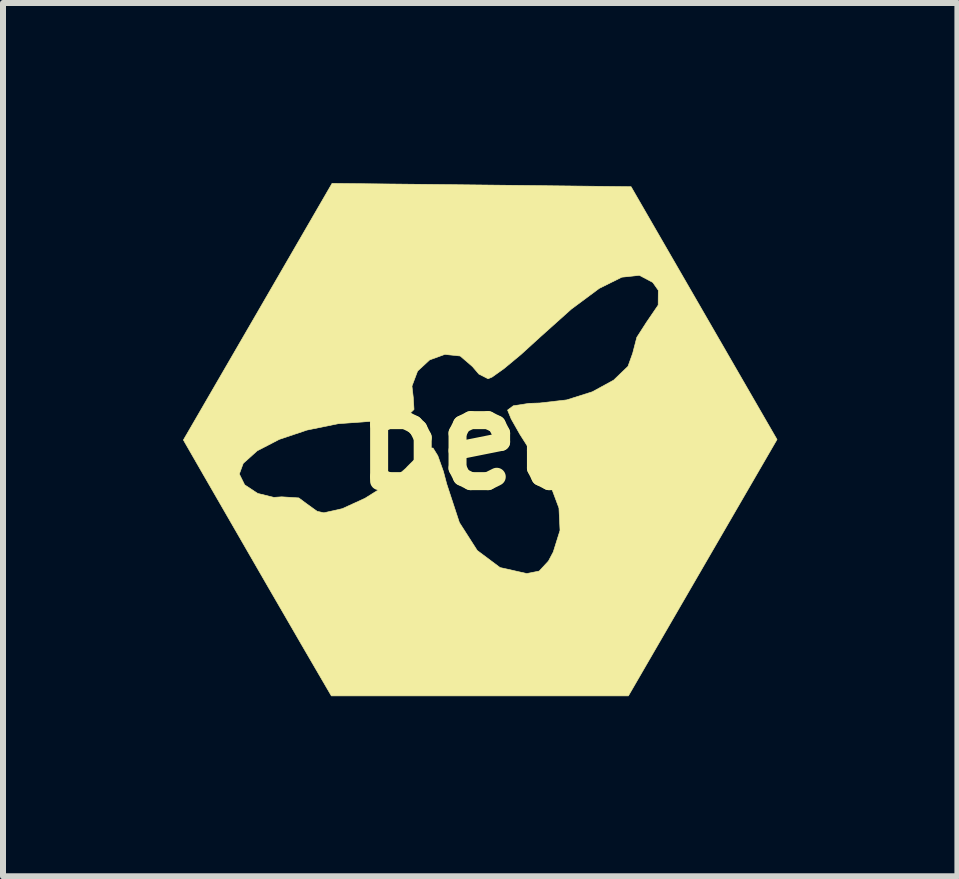
<source format=kicad_pcb>
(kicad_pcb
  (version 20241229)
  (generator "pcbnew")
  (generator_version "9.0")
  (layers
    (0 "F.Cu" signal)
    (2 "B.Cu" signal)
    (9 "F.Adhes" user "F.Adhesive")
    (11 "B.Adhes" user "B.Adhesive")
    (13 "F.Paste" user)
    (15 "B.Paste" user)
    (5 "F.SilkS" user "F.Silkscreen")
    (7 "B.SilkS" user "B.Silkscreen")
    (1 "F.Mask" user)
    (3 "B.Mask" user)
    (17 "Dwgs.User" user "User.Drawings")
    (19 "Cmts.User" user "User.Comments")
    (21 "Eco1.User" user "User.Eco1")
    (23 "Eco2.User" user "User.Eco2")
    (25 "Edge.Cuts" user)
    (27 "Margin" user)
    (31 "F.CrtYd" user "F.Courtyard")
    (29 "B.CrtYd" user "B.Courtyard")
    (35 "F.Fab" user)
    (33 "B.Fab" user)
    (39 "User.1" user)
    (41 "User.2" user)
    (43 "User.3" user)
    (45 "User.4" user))
  (footprint "bee"
    (layer "F.Cu")
    (at 4.899 4.276)
    (property "Reference" "bee" (at 0 0 0) (layer "F.SilkS") (effects (font (size 1.524 1.524) (thickness 0.3))))
    (attr through_hole)
    (fp_poly (pts (xy 0.073 -4.244) (xy 2.564 -4.216) (xy 4.996 -0.004) (xy 3.758 2.131) (xy 2.52 4.267) (xy -2.429 4.267) (xy -2.769 3.683) (xy -2.936 3.396) (xy -3.179 2.976) (xy -3.473 2.469) (xy -3.791 1.918) (xy -4.002 1.552) (xy -4.568 0.571) (xy -3.962 0.571) (xy -3.873 0.751) (xy -3.656 0.894) (xy -3.387 0.96) (xy -3.256 0.951) (xy -2.971 0.969) (xy -2.852 1.058) (xy -2.666 1.192) (xy -2.553 1.217) (xy -2.246 1.148) (xy -1.868 0.975) (xy -1.491 0.738) (xy -1.188 0.476) (xy -1.156 0.441) (xy -0.952 0.239) (xy -0.787 0.137) (xy -0.735 0.138) (xy -0.655 0.267) (xy -0.562 0.528) (xy -0.507 0.736) (xy -0.296 1.379) (xy 0.002 1.845) (xy 0.382 2.129) (xy 0.827 2.229) (xy 1.033 2.188) (xy 1.188 2.021) (xy 1.268 1.87) (xy 1.381 1.509) (xy 1.363 1.138) (xy 1.206 0.717) (xy 0.911 0.222) (xy 0.712 -0.091) (xy 0.567 -0.347) (xy 0.508 -0.491) (xy 0.508 -0.495) (xy 0.603 -0.566) (xy 0.865 -0.606) (xy 1.041 -0.612) (xy 1.493 -0.664) (xy 1.919 -0.799) (xy 2.274 -0.993) (xy 2.513 -1.223) (xy 2.591 -1.44) (xy 2.66 -1.706) (xy 2.819 -1.954) (xy 3.016 -2.243) (xy 3.018 -2.49) (xy 2.926 -2.621) (xy 2.703 -2.739) (xy 2.41 -2.708) (xy 2.035 -2.522) (xy 1.569 -2.176) (xy 1.054 -1.715) (xy 0.729 -1.419) (xy 0.447 -1.185) (xy 0.249 -1.044) (xy 0.182 -1.016) (xy 0.029 -1.094) (xy -0.078 -1.219) (xy -0.282 -1.395) (xy -0.538 -1.422) (xy -0.791 -1.33) (xy -0.992 -1.144) (xy -1.086 -0.894) (xy -1.064 -0.703) (xy -1.052 -0.504) (xy -1.181 -0.38) (xy -1.474 -0.318) (xy -1.782 -0.306) (xy -2.317 -0.267) (xy -2.835 -0.161) (xy -3.296 -0.006) (xy -3.663 0.184) (xy -3.897 0.394) (xy -3.962 0.571) (xy -4.568 0.571) (xy -4.894 0.004) (xy -3.655 -2.133) (xy -2.417 -4.271) (xy 0.073 -4.244)) (stroke (width 0.01) (type solid)) (fill yes) (layer "F.SilkS")))
  (gr_rect
    (start -3 -3)
    (end 12.9 11.548)
    (stroke (width 0.1) (type default))
    (fill no)
    (layer "Edge.Cuts")))
</source>
